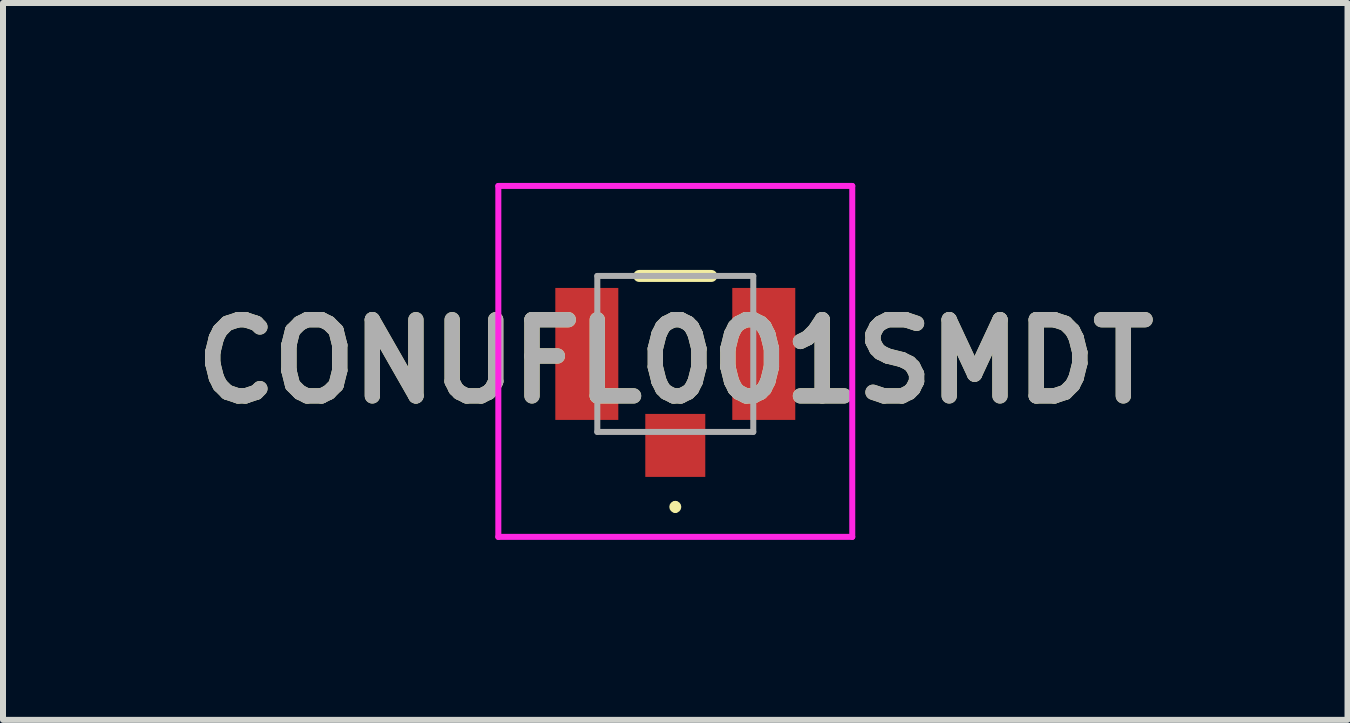
<source format=kicad_pcb>
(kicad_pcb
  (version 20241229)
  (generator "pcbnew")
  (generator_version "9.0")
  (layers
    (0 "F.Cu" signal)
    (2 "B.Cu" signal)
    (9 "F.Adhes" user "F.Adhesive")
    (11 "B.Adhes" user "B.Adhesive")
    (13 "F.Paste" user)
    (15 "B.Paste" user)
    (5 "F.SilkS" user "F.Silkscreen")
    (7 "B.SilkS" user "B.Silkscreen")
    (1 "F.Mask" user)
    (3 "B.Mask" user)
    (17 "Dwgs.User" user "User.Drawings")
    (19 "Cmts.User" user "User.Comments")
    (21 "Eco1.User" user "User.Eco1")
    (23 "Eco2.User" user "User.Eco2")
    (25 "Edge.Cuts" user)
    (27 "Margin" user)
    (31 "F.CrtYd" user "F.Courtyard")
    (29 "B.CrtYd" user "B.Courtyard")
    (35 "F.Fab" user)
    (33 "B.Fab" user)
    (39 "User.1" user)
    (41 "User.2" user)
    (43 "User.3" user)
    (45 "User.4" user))
  (footprint "CONUFL001SMDT"
    (layer "F.Cu")
    (at 8.207 2.85)
    (property "Reference" "CONUFL001SMDT" (at 0 0.125 0) (layer "F.SilkS") (effects (font (size 1.27 1.27) (thickness 0.254))))
    (attr smd)
    (fp_line (start -0.6 -1.3) (end 0.6 -1.3) (stroke (width 0.2) (type solid)) (layer "F.SilkS"))
    (fp_line (start 0 2.5) (end 0 2.5) (stroke (width 0.1) (type solid)) (layer "F.SilkS"))
    (fp_line (start 0 2.6) (end 0 2.6) (stroke (width 0.1) (type solid)) (layer "F.SilkS"))
    (fp_arc (start 0 2.5) (mid 0.05 2.55) (end 0 2.6) (stroke (width 0.1) (type solid)) (layer "F.SilkS"))
    (fp_arc (start 0 2.6) (mid -0.05 2.55) (end 0 2.5) (stroke (width 0.1) (type solid)) (layer "F.SilkS"))
    (fp_line (start -2.95 -2.8) (end 2.95 -2.8) (stroke (width 0.1) (type solid)) (layer "F.CrtYd"))
    (fp_line (start -2.95 3.05) (end -2.95 -2.8) (stroke (width 0.1) (type solid)) (layer "F.CrtYd"))
    (fp_line (start 2.95 -2.8) (end 2.95 3.05) (stroke (width 0.1) (type solid)) (layer "F.CrtYd"))
    (fp_line (start 2.95 3.05) (end -2.95 3.05) (stroke (width 0.1) (type solid)) (layer "F.CrtYd"))
    (fp_line (start -1.3 -1.3) (end 1.3 -1.3) (stroke (width 0.1) (type solid)) (layer "F.Fab"))
    (fp_line (start -1.3 1.3) (end -1.3 -1.3) (stroke (width 0.1) (type solid)) (layer "F.Fab"))
    (fp_line (start 1.3 -1.3) (end 1.3 1.3) (stroke (width 0.1) (type solid)) (layer "F.Fab"))
    (fp_line (start 1.3 1.3) (end -1.3 1.3) (stroke (width 0.1) (type solid)) (layer "F.Fab"))
    (fp_text user "${REFERENCE}" (at 0 0.125 0) (layer "F.Fab") (effects (font (size 1.27 1.27) (thickness 0.254))))
    (pad "1" smd rect (at 0 1.525) (size 1 1.05) (layers "F.Cu" "F.Mask" "F.Paste"))
    (pad "2" smd rect (at 1.475 0) (size 1.05 2.2) (layers "F.Cu" "F.Mask" "F.Paste"))
    (pad "3" smd rect (at -1.475 0) (size 1.05 2.2) (layers "F.Cu" "F.Mask" "F.Paste")))
  (gr_rect
    (start -3 -3)
    (end 19.413 8.95)
    (stroke (width 0.1) (type default))
    (fill no)
    (layer "Edge.Cuts")))
</source>
